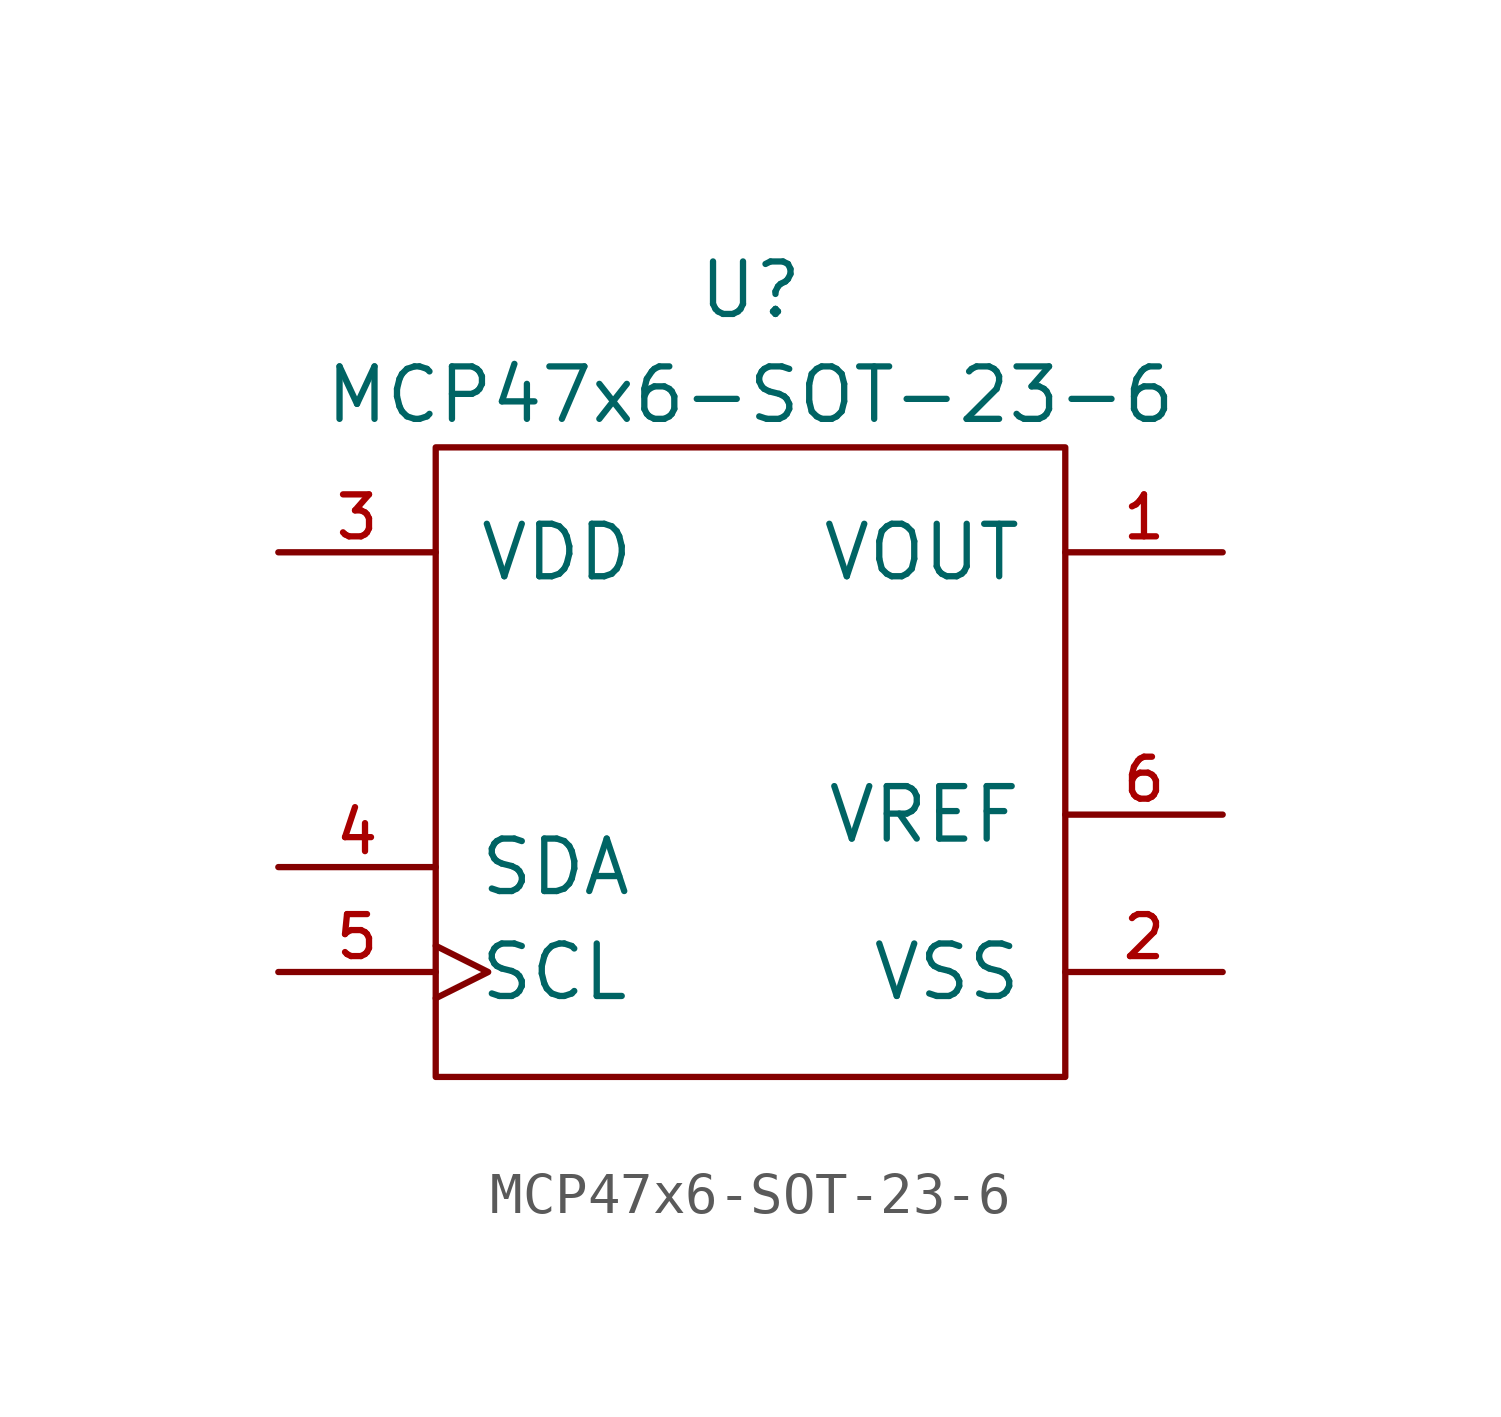
<source format=kicad_sym>
(kicad_symbol_lib
  (version 20211014)
  (generator kicad_symbol_editor)
  (symbol "MCP47x6-SOT-23-6"
    (pin_names
      (offset 1.016))
    (property "Reference" "U"
      (at 0 3.81 0)
      (effects (font (size 1.27 1.27))))
    (property "Value" "MCP47x6-SOT-23-6"
      (at 0 1.27 0)
      (effects (font (size 1.27 1.27))))
    (symbol "MCP47x6-SOT-23-6_0_1"
      (rectangle (start -7.62 0) (end 7.62 -15.24) (stroke (width 0) (type default) (color 0 0 0 0)) (fill (type none))))
    (symbol "MCP47x6-SOT-23-6_1_1"
      (pin power_out line (at 11.43 -2.54 180) (length 3.81) (name "VOUT" (effects (font (size 1.27 1.27)))) (number "1" (effects (font (size 1.016 1.016)))))
      (pin power_in line (at 11.43 -12.7 180) (length 3.81) (name "VSS" (effects (font (size 1.27 1.27)))) (number "2" (effects (font (size 1.016 1.016)))))
      (pin power_in line (at -11.43 -2.54 0) (length 3.81) (name "VDD" (effects (font (size 1.27 1.27)))) (number "3" (effects (font (size 1.016 1.016)))))
      (pin open_collector line (at -11.43 -10.16 0) (length 3.81) (name "SDA" (effects (font (size 1.27 1.27)))) (number "4" (effects (font (size 1.016 1.016)))))
      (pin open_collector clock (at -11.43 -12.7 0) (length 3.81) (name "SCL" (effects (font (size 1.27 1.27)))) (number "5" (effects (font (size 1.016 1.016)))))
      (pin passive line (at 11.43 -8.89 180) (length 3.81) (name "VREF" (effects (font (size 1.27 1.27)))) (number "6" (effects (font (size 1.016 1.016))))))))
</source>
